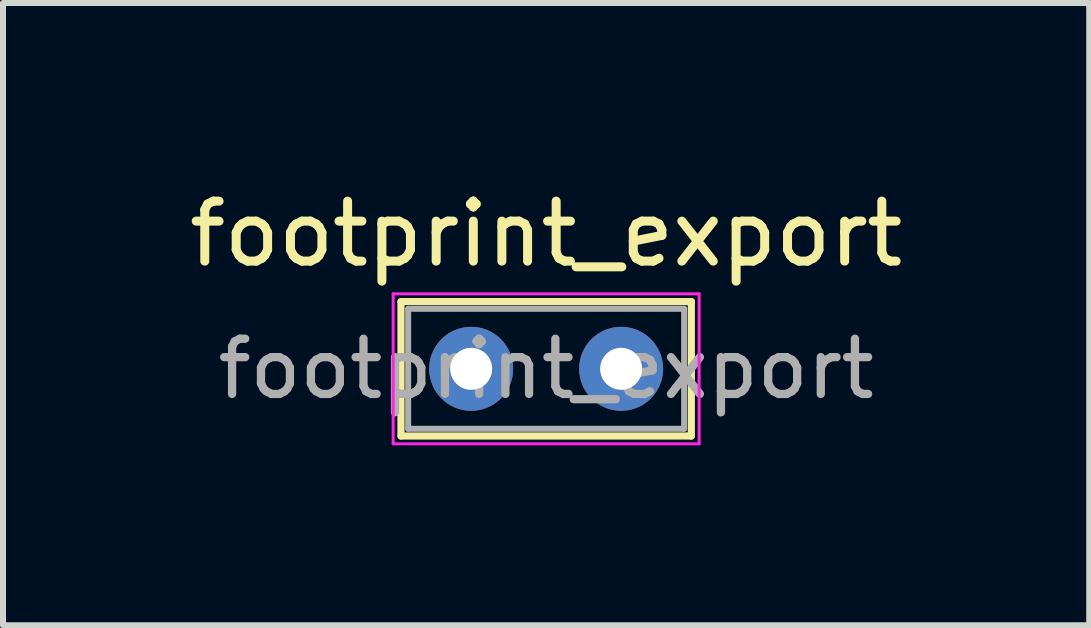
<source format=kicad_pcb>
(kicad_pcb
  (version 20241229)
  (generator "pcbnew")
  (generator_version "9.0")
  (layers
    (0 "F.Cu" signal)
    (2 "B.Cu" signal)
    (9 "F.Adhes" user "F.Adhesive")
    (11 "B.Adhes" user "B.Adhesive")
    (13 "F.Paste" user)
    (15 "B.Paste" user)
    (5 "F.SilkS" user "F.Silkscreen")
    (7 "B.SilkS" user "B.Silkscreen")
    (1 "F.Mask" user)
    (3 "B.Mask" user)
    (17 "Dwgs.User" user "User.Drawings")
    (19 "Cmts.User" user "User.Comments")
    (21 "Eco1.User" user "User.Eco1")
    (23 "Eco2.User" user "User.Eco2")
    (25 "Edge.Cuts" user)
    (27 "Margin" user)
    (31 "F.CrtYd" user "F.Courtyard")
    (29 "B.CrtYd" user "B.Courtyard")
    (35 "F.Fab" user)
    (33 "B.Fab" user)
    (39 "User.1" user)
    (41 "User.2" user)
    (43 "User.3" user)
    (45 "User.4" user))
  (footprint "footprint_export"
    (layer "F.Cu")
    (at 4.804 3.098)
    (property "Reference" "footprint_export" (at 1.25 -2.25 0) (layer "F.SilkS") (effects (font (size 1 1) (thickness 0.15))))
    (attr through_hole)
    (fp_line (start -1.17 -1.12) (end -1.17 1.12) (stroke (width 0.12) (type solid)) (layer "F.SilkS"))
    (fp_line (start -1.17 -1.12) (end 3.67 -1.12) (stroke (width 0.12) (type solid)) (layer "F.SilkS"))
    (fp_line (start -1.17 1.12) (end 3.67 1.12) (stroke (width 0.12) (type solid)) (layer "F.SilkS"))
    (fp_line (start 3.67 -1.12) (end 3.67 1.12) (stroke (width 0.12) (type solid)) (layer "F.SilkS"))
    (fp_line (start -1.3 -1.25) (end -1.3 1.25) (stroke (width 0.05) (type solid)) (layer "F.CrtYd"))
    (fp_line (start -1.3 1.25) (end 3.8 1.25) (stroke (width 0.05) (type solid)) (layer "F.CrtYd"))
    (fp_line (start 3.8 -1.25) (end -1.3 -1.25) (stroke (width 0.05) (type solid)) (layer "F.CrtYd"))
    (fp_line (start 3.8 1.25) (end 3.8 -1.25) (stroke (width 0.05) (type solid)) (layer "F.CrtYd"))
    (fp_line (start -1.05 -1) (end -1.05 1) (stroke (width 0.1) (type solid)) (layer "F.Fab"))
    (fp_line (start -1.05 1) (end 3.55 1) (stroke (width 0.1) (type solid)) (layer "F.Fab"))
    (fp_line (start 3.55 -1) (end -1.05 -1) (stroke (width 0.1) (type solid)) (layer "F.Fab"))
    (fp_line (start 3.55 1) (end 3.55 -1) (stroke (width 0.1) (type solid)) (layer "F.Fab"))
    (fp_text user "${REFERENCE}" (at 1.25 0 0) (layer "F.Fab") (effects (font (size 0.92 0.92) (thickness 0.138))))
    (pad "1" thru_hole circle (at 0 0) (size 1.4 1.4) (drill 0.7) (layers "*.Cu" "*.Mask"))
    (pad "2" thru_hole circle (at 2.5 0) (size 1.4 1.4) (drill 0.7) (layers "*.Cu" "*.Mask")))
  (gr_rect
    (start -3 -3)
    (end 15.107 7.373)
    (stroke (width 0.1) (type default))
    (fill no)
    (layer "Edge.Cuts")))
</source>
